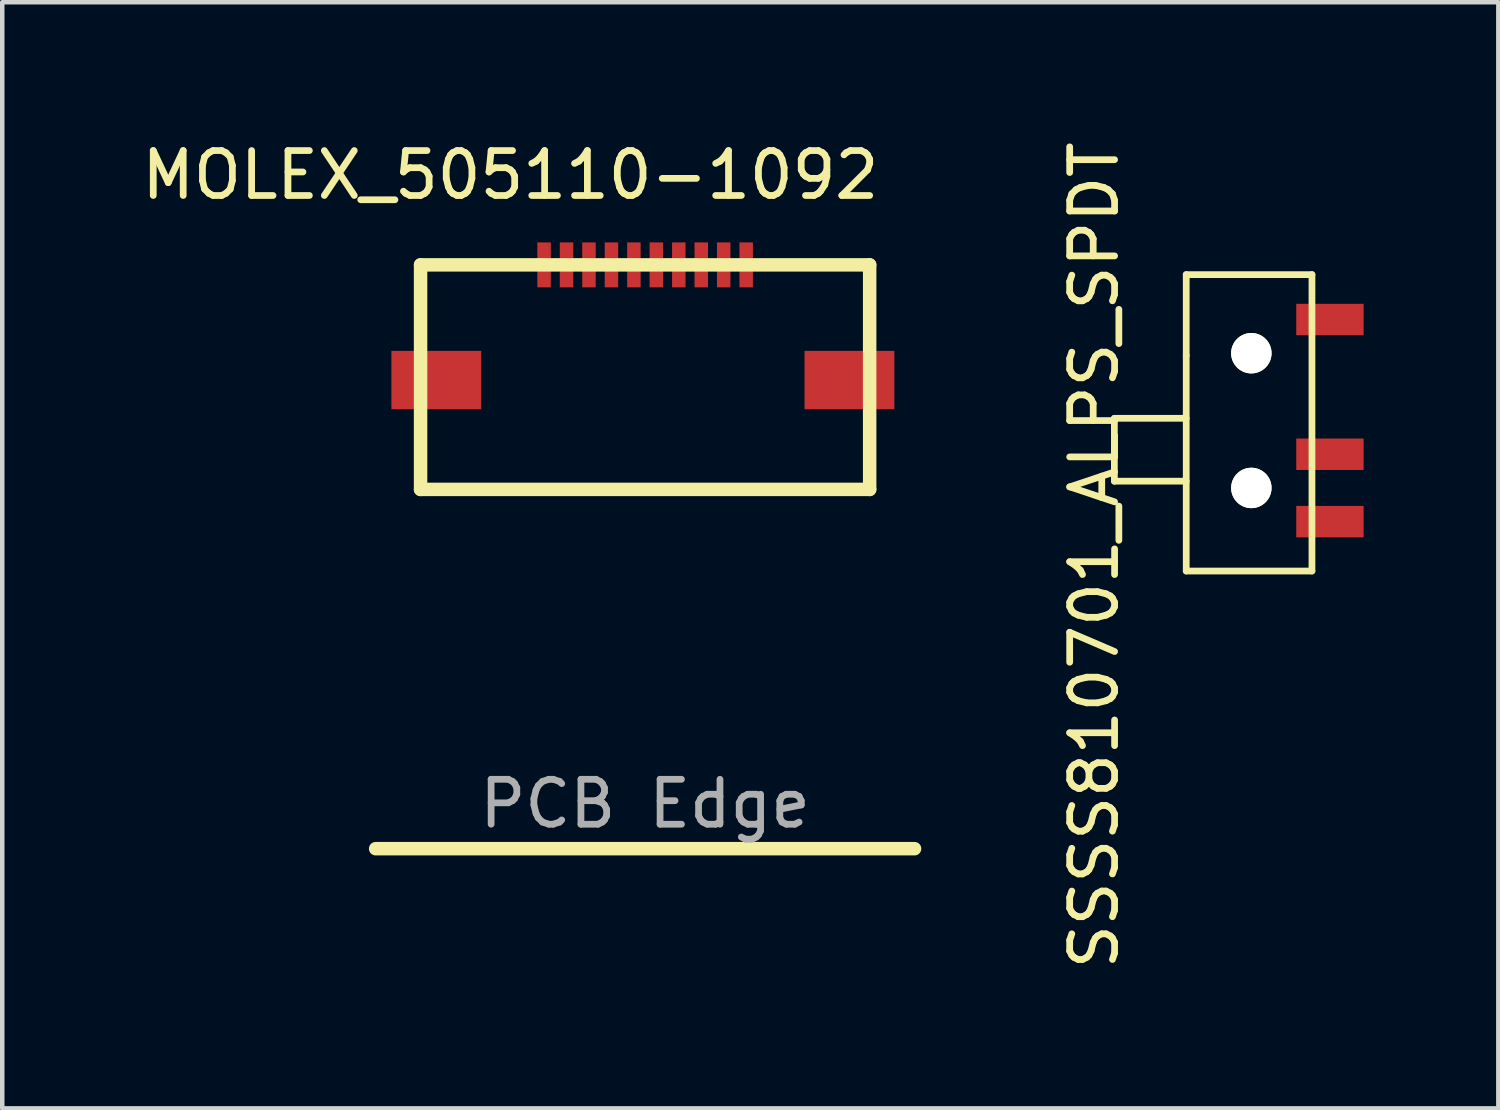
<source format=kicad_pcb>
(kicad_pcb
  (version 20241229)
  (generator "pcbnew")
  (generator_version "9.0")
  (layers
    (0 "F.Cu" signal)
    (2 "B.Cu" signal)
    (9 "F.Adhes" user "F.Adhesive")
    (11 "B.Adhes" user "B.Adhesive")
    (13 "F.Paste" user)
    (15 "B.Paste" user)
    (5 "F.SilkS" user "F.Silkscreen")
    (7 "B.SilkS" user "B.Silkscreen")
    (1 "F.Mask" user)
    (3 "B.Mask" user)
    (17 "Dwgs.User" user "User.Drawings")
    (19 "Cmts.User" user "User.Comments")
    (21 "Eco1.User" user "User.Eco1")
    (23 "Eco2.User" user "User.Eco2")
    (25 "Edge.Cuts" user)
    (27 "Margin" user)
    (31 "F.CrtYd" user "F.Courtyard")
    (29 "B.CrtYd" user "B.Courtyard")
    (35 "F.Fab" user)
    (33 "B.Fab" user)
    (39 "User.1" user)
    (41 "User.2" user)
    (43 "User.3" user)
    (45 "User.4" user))
  (footprint "SSSS810701_ALPS_SPDT"
    (layer "F.Cu")
    (at 24.814 6.315)
    (property "Reference" "SSSS810701_ALPS_SPDT" (at -3.5 3 90) (layer "F.SilkS") (effects (font (size 1 1) (thickness 0.15))))
    (attr through_hole)
    (fp_line (start -3.05 -0.05) (end -3.05 1.35) (stroke (width 0.15) (type solid)) (layer "F.SilkS"))
    (fp_line (start -3.05 1.35) (end -1.45 1.35) (stroke (width 0.15) (type solid)) (layer "F.SilkS"))
    (fp_line (start -1.45 -3.25) (end 1.35 -3.25) (stroke (width 0.15) (type solid)) (layer "F.SilkS"))
    (fp_line (start -1.45 -1.45) (end -1.45 -3.25) (stroke (width 0.15) (type solid)) (layer "F.SilkS"))
    (fp_line (start -1.45 -0.05) (end -3.05 -0.05) (stroke (width 0.15) (type solid)) (layer "F.SilkS"))
    (fp_line (start -1.45 3.35) (end -1.45 -1.45) (stroke (width 0.15) (type solid)) (layer "F.SilkS"))
    (fp_line (start 1.35 -3.25) (end 1.35 3.35) (stroke (width 0.15) (type solid)) (layer "F.SilkS"))
    (fp_line (start 1.35 3.35) (end -1.45 3.35) (stroke (width 0.15) (type solid)) (layer "F.SilkS"))
    (pad "" np_thru_hole circle (at 0 -1.5) (size 0.9 0.9) (drill 0.9) (layers "*.Cu" "*.Mask" "F.SilkS"))
    (pad "" np_thru_hole circle (at 0 1.5) (size 0.9 0.9) (drill 0.9) (layers "*.Cu" "*.Mask" "F.SilkS"))
    (pad "1" smd rect (at 1.75 -2.25) (size 1.5 0.7) (layers "F.Cu" "F.Mask" "F.Paste"))
    (pad "2" smd rect (at 1.75 0.75) (size 1.5 0.7) (layers "F.Cu" "F.Mask" "F.Paste"))
    (pad "3" smd rect (at 1.75 2.25) (size 1.5 0.7) (layers "F.Cu" "F.Mask" "F.Paste")))
  (footprint "MOLEX_505110-1092"
    (layer "F.Cu")
    (at 11.315 2.848)
    (property "Reference" "MOLEX_505110-1092" (at -3 -2 0) (layer "F.SilkS") (effects (font (size 1 1) (thickness 0.15))))
    (attr through_hole)
    (fp_line (start -6 13) (end 6 13) (stroke (width 0.3) (type solid)) (layer "F.SilkS"))
    (fp_line (start -5 0) (end 5 0) (stroke (width 0.3) (type solid)) (layer "F.SilkS"))
    (fp_line (start -5 5) (end -5 0) (stroke (width 0.3) (type solid)) (layer "F.SilkS"))
    (fp_line (start 5 0) (end 5 5) (stroke (width 0.3) (type solid)) (layer "F.SilkS"))
    (fp_line (start 5 5) (end -5 5) (stroke (width 0.3) (type solid)) (layer "F.SilkS"))
    (fp_text user "PCB Edge" (at 0 12 0) (layer "F.Fab") (effects (font (size 1 1) (thickness 0.15))))
    (pad "1" smd rect (at 2.25 0) (size 0.3 1) (layers "F.Cu" "F.Mask" "F.Paste"))
    (pad "2" smd rect (at 1.75 0) (size 0.3 1) (layers "F.Cu" "F.Mask" "F.Paste"))
    (pad "3" smd rect (at 1.25 0) (size 0.3 1) (layers "F.Cu" "F.Mask" "F.Paste"))
    (pad "4" smd rect (at 0.75 0) (size 0.3 1) (layers "F.Cu" "F.Mask" "F.Paste"))
    (pad "5" smd rect (at 0.25 0) (size 0.3 1) (layers "F.Cu" "F.Mask" "F.Paste"))
    (pad "6" smd rect (at -0.25 0) (size 0.3 1) (layers "F.Cu" "F.Mask" "F.Paste"))
    (pad "7" smd rect (at -0.75 0) (size 0.3 1) (layers "F.Cu" "F.Mask" "F.Paste"))
    (pad "8" smd rect (at -1.25 0) (size 0.3 1) (layers "F.Cu" "F.Mask" "F.Paste"))
    (pad "9" smd rect (at -1.75 0) (size 0.3 1) (layers "F.Cu" "F.Mask" "F.Paste"))
    (pad "10" smd rect (at -2.25 0) (size 0.3 1) (layers "F.Cu" "F.Mask" "F.Paste"))
    (pad "11" smd rect (at -4.65 2.565) (size 2 1.3) (layers "F.Cu" "F.Mask" "F.Paste"))
    (pad "12" smd rect (at 4.55 2.565) (size 2 1.3) (layers "F.Cu" "F.Mask" "F.Paste")))
  (gr_rect
    (start -3 -3)
    (end 30.314 21.631)
    (stroke (width 0.1) (type default))
    (fill no)
    (layer "Edge.Cuts")))
</source>
